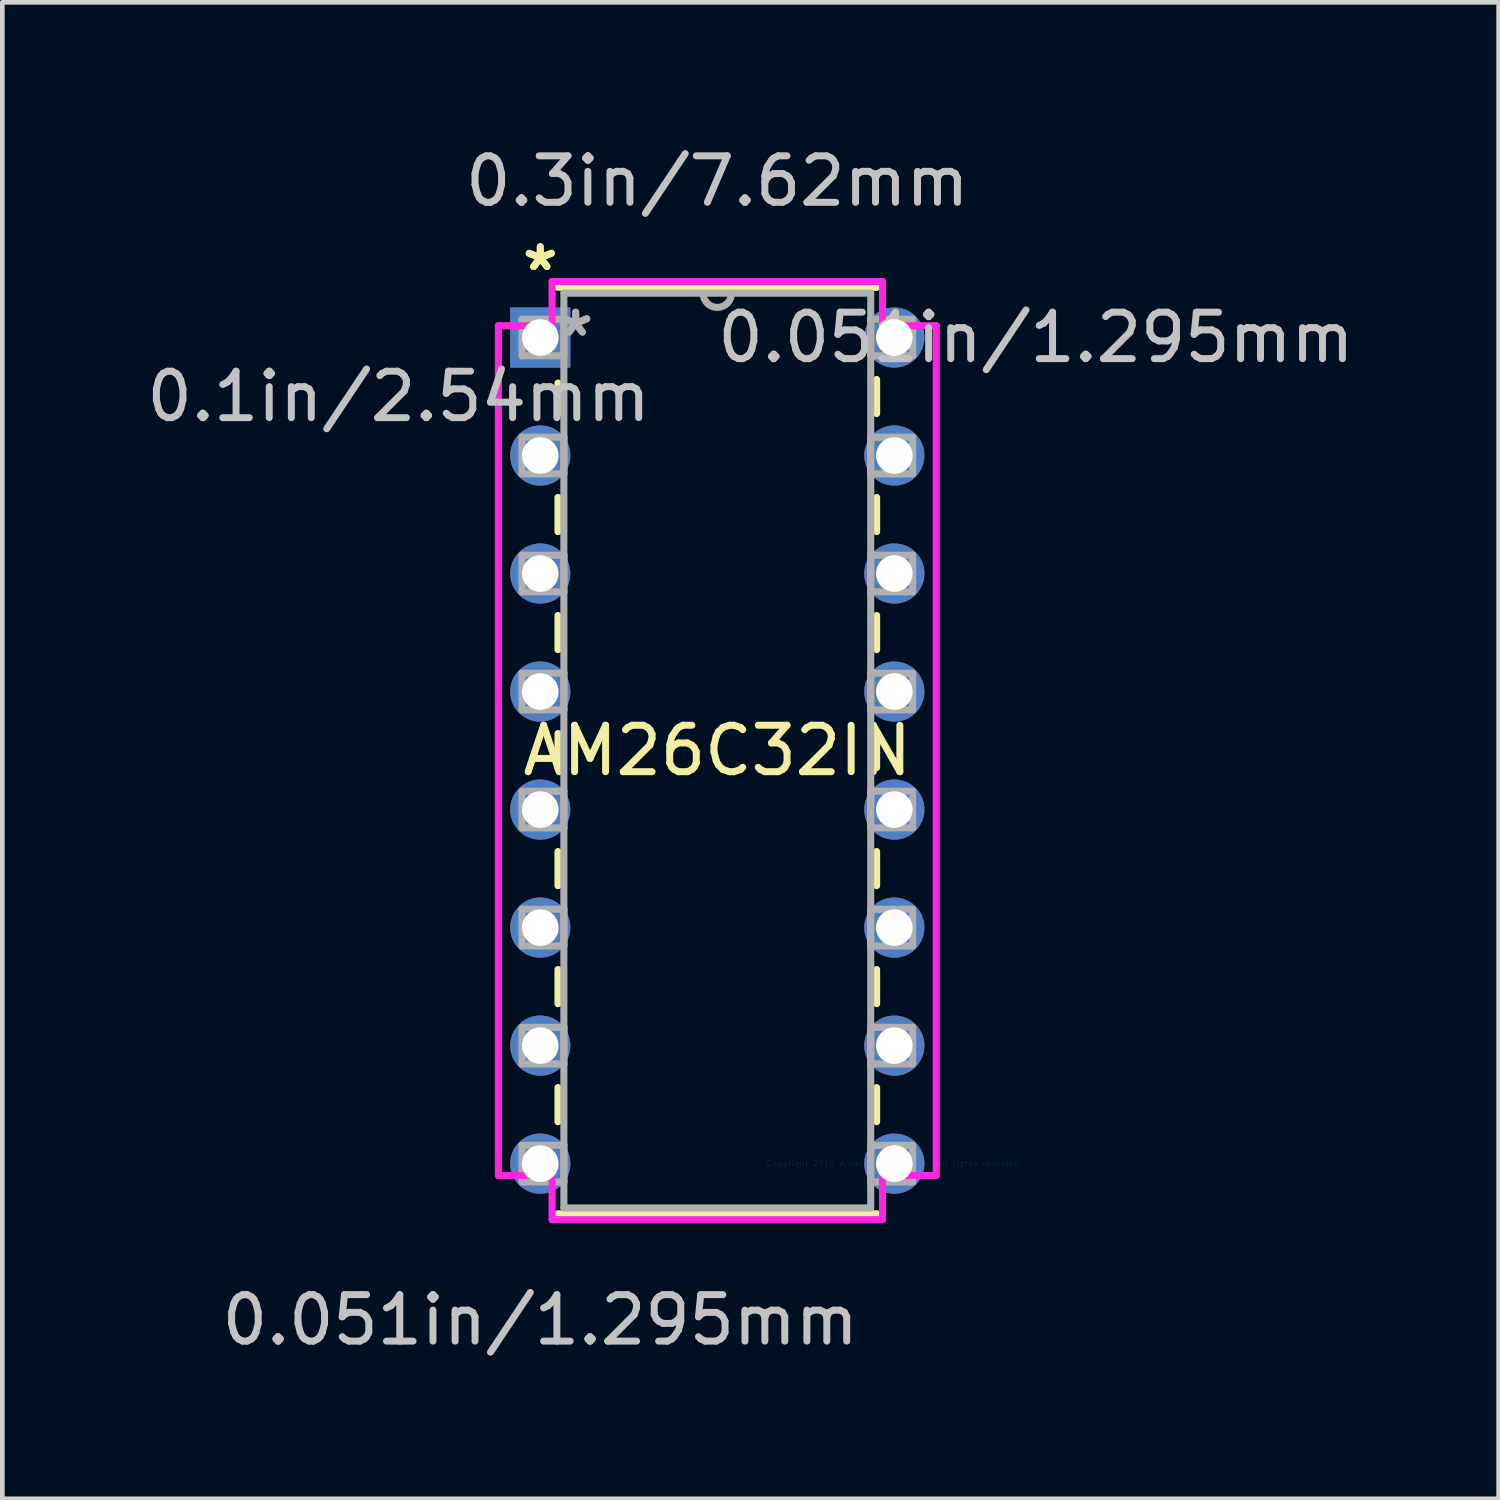
<source format=kicad_pcb>
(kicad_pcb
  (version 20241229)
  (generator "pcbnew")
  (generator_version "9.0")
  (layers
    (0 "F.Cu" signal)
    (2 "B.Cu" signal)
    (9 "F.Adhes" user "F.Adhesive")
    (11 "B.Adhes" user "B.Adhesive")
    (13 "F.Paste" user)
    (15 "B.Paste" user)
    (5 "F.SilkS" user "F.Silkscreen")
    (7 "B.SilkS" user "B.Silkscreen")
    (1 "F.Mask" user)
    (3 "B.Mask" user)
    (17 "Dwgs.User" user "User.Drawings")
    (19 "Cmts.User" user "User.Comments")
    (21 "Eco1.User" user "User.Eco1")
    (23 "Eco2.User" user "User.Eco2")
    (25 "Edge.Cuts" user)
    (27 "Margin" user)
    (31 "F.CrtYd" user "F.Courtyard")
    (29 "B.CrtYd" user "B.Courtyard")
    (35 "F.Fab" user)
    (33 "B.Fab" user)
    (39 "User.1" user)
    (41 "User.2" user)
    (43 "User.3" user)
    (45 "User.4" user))
  (footprint "AM26C32IN"
    (layer "F.Cu")
    (at 16.198 21.994)
    (property "Reference" "AM26C32IN" (at -3.81 -8.89 0) (layer "F.SilkS") (effects (font (size 1 1) (thickness 0.15))))
    (attr through_hole)
    (fp_line (start -7.239 -16.8) (end -7.239 -16.143) (stroke (width 0.152) (type solid)) (layer "F.SilkS"))
    (fp_line (start -7.239 -14.337) (end -7.239 -13.603) (stroke (width 0.152) (type solid)) (layer "F.SilkS"))
    (fp_line (start -7.239 -11.797) (end -7.239 -11.063) (stroke (width 0.152) (type solid)) (layer "F.SilkS"))
    (fp_line (start -7.239 -9.257) (end -7.239 -8.523) (stroke (width 0.152) (type solid)) (layer "F.SilkS"))
    (fp_line (start -7.239 -6.717) (end -7.239 -5.983) (stroke (width 0.152) (type solid)) (layer "F.SilkS"))
    (fp_line (start -7.239 -4.177) (end -7.239 -3.443) (stroke (width 0.152) (type solid)) (layer "F.SilkS"))
    (fp_line (start -7.239 -1.637) (end -7.239 -0.903) (stroke (width 0.152) (type solid)) (layer "F.SilkS"))
    (fp_line (start -7.239 1.079) (end -0.381 1.079) (stroke (width 0.152) (type solid)) (layer "F.SilkS"))
    (fp_line (start -0.381 -18.86) (end -7.239 -18.86) (stroke (width 0.152) (type solid)) (layer "F.SilkS"))
    (fp_line (start -0.381 -16.143) (end -0.381 -16.877) (stroke (width 0.152) (type solid)) (layer "F.SilkS"))
    (fp_line (start -0.381 -13.603) (end -0.381 -14.337) (stroke (width 0.152) (type solid)) (layer "F.SilkS"))
    (fp_line (start -0.381 -11.063) (end -0.381 -11.797) (stroke (width 0.152) (type solid)) (layer "F.SilkS"))
    (fp_line (start -0.381 -8.523) (end -0.381 -9.257) (stroke (width 0.152) (type solid)) (layer "F.SilkS"))
    (fp_line (start -0.381 -5.983) (end -0.381 -6.717) (stroke (width 0.152) (type solid)) (layer "F.SilkS"))
    (fp_line (start -0.381 -3.443) (end -0.381 -4.177) (stroke (width 0.152) (type solid)) (layer "F.SilkS"))
    (fp_line (start -0.381 -0.903) (end -0.381 -1.637) (stroke (width 0.152) (type solid)) (layer "F.SilkS"))
    (fp_line (start -8.522 -18.034) (end -8.522 0.254) (stroke (width 0.152) (type solid)) (layer "F.CrtYd"))
    (fp_line (start -8.522 0.254) (end -7.366 0.254) (stroke (width 0.152) (type solid)) (layer "F.CrtYd"))
    (fp_line (start -7.366 -18.986) (end -7.366 -18.034) (stroke (width 0.152) (type solid)) (layer "F.CrtYd"))
    (fp_line (start -7.366 -18.034) (end -8.522 -18.034) (stroke (width 0.152) (type solid)) (layer "F.CrtYd"))
    (fp_line (start -7.366 0.254) (end -7.366 1.206) (stroke (width 0.152) (type solid)) (layer "F.CrtYd"))
    (fp_line (start -7.366 1.206) (end -0.254 1.206) (stroke (width 0.152) (type solid)) (layer "F.CrtYd"))
    (fp_line (start -0.254 -18.986) (end -7.366 -18.986) (stroke (width 0.152) (type solid)) (layer "F.CrtYd"))
    (fp_line (start -0.254 -18.034) (end -0.254 -18.986) (stroke (width 0.152) (type solid)) (layer "F.CrtYd"))
    (fp_line (start -0.254 0.254) (end 0.902 0.254) (stroke (width 0.152) (type solid)) (layer "F.CrtYd"))
    (fp_line (start -0.254 1.206) (end -0.254 0.254) (stroke (width 0.152) (type solid)) (layer "F.CrtYd"))
    (fp_line (start 0.902 -18.034) (end -0.254 -18.034) (stroke (width 0.152) (type solid)) (layer "F.CrtYd"))
    (fp_line (start 0.902 0.254) (end 0.902 -18.034) (stroke (width 0.152) (type solid)) (layer "F.CrtYd"))
    (fp_line (start -8.014 -18.174) (end -8.014 -17.386) (stroke (width 0.152) (type solid)) (layer "F.Fab"))
    (fp_line (start -8.014 -17.386) (end -7.112 -17.386) (stroke (width 0.152) (type solid)) (layer "F.Fab"))
    (fp_line (start -8.014 -15.634) (end -8.014 -14.846) (stroke (width 0.152) (type solid)) (layer "F.Fab"))
    (fp_line (start -8.014 -14.846) (end -7.112 -14.846) (stroke (width 0.152) (type solid)) (layer "F.Fab"))
    (fp_line (start -8.014 -13.094) (end -8.014 -12.306) (stroke (width 0.152) (type solid)) (layer "F.Fab"))
    (fp_line (start -8.014 -12.306) (end -7.112 -12.306) (stroke (width 0.152) (type solid)) (layer "F.Fab"))
    (fp_line (start -8.014 -10.554) (end -8.014 -9.766) (stroke (width 0.152) (type solid)) (layer "F.Fab"))
    (fp_line (start -8.014 -9.766) (end -7.112 -9.766) (stroke (width 0.152) (type solid)) (layer "F.Fab"))
    (fp_line (start -8.014 -8.014) (end -8.014 -7.226) (stroke (width 0.152) (type solid)) (layer "F.Fab"))
    (fp_line (start -8.014 -7.226) (end -7.112 -7.226) (stroke (width 0.152) (type solid)) (layer "F.Fab"))
    (fp_line (start -8.014 -5.474) (end -8.014 -4.686) (stroke (width 0.152) (type solid)) (layer "F.Fab"))
    (fp_line (start -8.014 -4.686) (end -7.112 -4.686) (stroke (width 0.152) (type solid)) (layer "F.Fab"))
    (fp_line (start -8.014 -2.934) (end -8.014 -2.146) (stroke (width 0.152) (type solid)) (layer "F.Fab"))
    (fp_line (start -8.014 -2.146) (end -7.112 -2.146) (stroke (width 0.152) (type solid)) (layer "F.Fab"))
    (fp_line (start -8.014 -0.394) (end -8.014 0.394) (stroke (width 0.152) (type solid)) (layer "F.Fab"))
    (fp_line (start -8.014 0.394) (end -7.112 0.394) (stroke (width 0.152) (type solid)) (layer "F.Fab"))
    (fp_line (start -7.112 -18.733) (end -7.112 0.953) (stroke (width 0.152) (type solid)) (layer "F.Fab"))
    (fp_line (start -7.112 -18.174) (end -8.014 -18.174) (stroke (width 0.152) (type solid)) (layer "F.Fab"))
    (fp_line (start -7.112 -17.386) (end -7.112 -18.174) (stroke (width 0.152) (type solid)) (layer "F.Fab"))
    (fp_line (start -7.112 -15.634) (end -8.014 -15.634) (stroke (width 0.152) (type solid)) (layer "F.Fab"))
    (fp_line (start -7.112 -14.846) (end -7.112 -15.634) (stroke (width 0.152) (type solid)) (layer "F.Fab"))
    (fp_line (start -7.112 -13.094) (end -8.014 -13.094) (stroke (width 0.152) (type solid)) (layer "F.Fab"))
    (fp_line (start -7.112 -12.306) (end -7.112 -13.094) (stroke (width 0.152) (type solid)) (layer "F.Fab"))
    (fp_line (start -7.112 -10.554) (end -8.014 -10.554) (stroke (width 0.152) (type solid)) (layer "F.Fab"))
    (fp_line (start -7.112 -9.766) (end -7.112 -10.554) (stroke (width 0.152) (type solid)) (layer "F.Fab"))
    (fp_line (start -7.112 -8.014) (end -8.014 -8.014) (stroke (width 0.152) (type solid)) (layer "F.Fab"))
    (fp_line (start -7.112 -7.226) (end -7.112 -8.014) (stroke (width 0.152) (type solid)) (layer "F.Fab"))
    (fp_line (start -7.112 -5.474) (end -8.014 -5.474) (stroke (width 0.152) (type solid)) (layer "F.Fab"))
    (fp_line (start -7.112 -4.686) (end -7.112 -5.474) (stroke (width 0.152) (type solid)) (layer "F.Fab"))
    (fp_line (start -7.112 -2.934) (end -8.014 -2.934) (stroke (width 0.152) (type solid)) (layer "F.Fab"))
    (fp_line (start -7.112 -2.146) (end -7.112 -2.934) (stroke (width 0.152) (type solid)) (layer "F.Fab"))
    (fp_line (start -7.112 -0.394) (end -8.014 -0.394) (stroke (width 0.152) (type solid)) (layer "F.Fab"))
    (fp_line (start -7.112 0.394) (end -7.112 -0.394) (stroke (width 0.152) (type solid)) (layer "F.Fab"))
    (fp_line (start -7.112 0.953) (end -0.508 0.953) (stroke (width 0.152) (type solid)) (layer "F.Fab"))
    (fp_line (start -0.508 -18.733) (end -7.112 -18.733) (stroke (width 0.152) (type solid)) (layer "F.Fab"))
    (fp_line (start -0.508 -18.174) (end -0.508 -17.386) (stroke (width 0.152) (type solid)) (layer "F.Fab"))
    (fp_line (start -0.508 -17.386) (end 0.394 -17.386) (stroke (width 0.152) (type solid)) (layer "F.Fab"))
    (fp_line (start -0.508 -15.634) (end -0.508 -14.846) (stroke (width 0.152) (type solid)) (layer "F.Fab"))
    (fp_line (start -0.508 -14.846) (end 0.394 -14.846) (stroke (width 0.152) (type solid)) (layer "F.Fab"))
    (fp_line (start -0.508 -13.094) (end -0.508 -12.306) (stroke (width 0.152) (type solid)) (layer "F.Fab"))
    (fp_line (start -0.508 -12.306) (end 0.394 -12.306) (stroke (width 0.152) (type solid)) (layer "F.Fab"))
    (fp_line (start -0.508 -10.554) (end -0.508 -9.766) (stroke (width 0.152) (type solid)) (layer "F.Fab"))
    (fp_line (start -0.508 -9.766) (end 0.394 -9.766) (stroke (width 0.152) (type solid)) (layer "F.Fab"))
    (fp_line (start -0.508 -8.014) (end -0.508 -7.226) (stroke (width 0.152) (type solid)) (layer "F.Fab"))
    (fp_line (start -0.508 -7.226) (end 0.394 -7.226) (stroke (width 0.152) (type solid)) (layer "F.Fab"))
    (fp_line (start -0.508 -5.474) (end -0.508 -4.686) (stroke (width 0.152) (type solid)) (layer "F.Fab"))
    (fp_line (start -0.508 -4.686) (end 0.394 -4.686) (stroke (width 0.152) (type solid)) (layer "F.Fab"))
    (fp_line (start -0.508 -2.934) (end -0.508 -2.146) (stroke (width 0.152) (type solid)) (layer "F.Fab"))
    (fp_line (start -0.508 -2.146) (end 0.394 -2.146) (stroke (width 0.152) (type solid)) (layer "F.Fab"))
    (fp_line (start -0.508 -0.394) (end -0.508 0.394) (stroke (width 0.152) (type solid)) (layer "F.Fab"))
    (fp_line (start -0.508 0.394) (end 0.394 0.394) (stroke (width 0.152) (type solid)) (layer "F.Fab"))
    (fp_line (start -0.508 0.953) (end -0.508 -18.733) (stroke (width 0.152) (type solid)) (layer "F.Fab"))
    (fp_line (start 0.394 -18.174) (end -0.508 -18.174) (stroke (width 0.152) (type solid)) (layer "F.Fab"))
    (fp_line (start 0.394 -17.386) (end 0.394 -18.174) (stroke (width 0.152) (type solid)) (layer "F.Fab"))
    (fp_line (start 0.394 -15.634) (end -0.508 -15.634) (stroke (width 0.152) (type solid)) (layer "F.Fab"))
    (fp_line (start 0.394 -14.846) (end 0.394 -15.634) (stroke (width 0.152) (type solid)) (layer "F.Fab"))
    (fp_line (start 0.394 -13.094) (end -0.508 -13.094) (stroke (width 0.152) (type solid)) (layer "F.Fab"))
    (fp_line (start 0.394 -12.306) (end 0.394 -13.094) (stroke (width 0.152) (type solid)) (layer "F.Fab"))
    (fp_line (start 0.394 -10.554) (end -0.508 -10.554) (stroke (width 0.152) (type solid)) (layer "F.Fab"))
    (fp_line (start 0.394 -9.766) (end 0.394 -10.554) (stroke (width 0.152) (type solid)) (layer "F.Fab"))
    (fp_line (start 0.394 -8.014) (end -0.508 -8.014) (stroke (width 0.152) (type solid)) (layer "F.Fab"))
    (fp_line (start 0.394 -7.226) (end 0.394 -8.014) (stroke (width 0.152) (type solid)) (layer "F.Fab"))
    (fp_line (start 0.394 -5.474) (end -0.508 -5.474) (stroke (width 0.152) (type solid)) (layer "F.Fab"))
    (fp_line (start 0.394 -4.686) (end 0.394 -5.474) (stroke (width 0.152) (type solid)) (layer "F.Fab"))
    (fp_line (start 0.394 -2.934) (end -0.508 -2.934) (stroke (width 0.152) (type solid)) (layer "F.Fab"))
    (fp_line (start 0.394 -2.146) (end 0.394 -2.934) (stroke (width 0.152) (type solid)) (layer "F.Fab"))
    (fp_line (start 0.394 -0.394) (end -0.508 -0.394) (stroke (width 0.152) (type solid)) (layer "F.Fab"))
    (fp_line (start 0.394 0.394) (end 0.394 -0.394) (stroke (width 0.152) (type solid)) (layer "F.Fab"))
    (fp_arc (start -3.5052 -18.7325) (mid -3.81 -18.4277) (end -4.1148 -18.7325) (stroke (width 0.1524) (type solid)) (layer "F.Fab"))
    (fp_text user "*" (at -7.62 -19.19 0) (layer "F.SilkS") (effects (font (size 1 1) (thickness 0.15))))
    (fp_text user "*" (at -7.62 -19.19 0) (layer "F.SilkS") (effects (font (size 1 1) (thickness 0.15))))
    (fp_text user "0.3in/7.62mm" (at -3.81 -21.145 0) (layer "Dwgs.User") (effects (font (size 1 1) (thickness 0.15))))
    (fp_text user "0.051in/1.295mm" (at 3.048 -17.78 0) (layer "Dwgs.User") (effects (font (size 1 1) (thickness 0.15))))
    (fp_text user "0.051in/1.295mm" (at -7.62 3.365 0) (layer "Dwgs.User") (effects (font (size 1 1) (thickness 0.15))))
    (fp_text user "0.1in/2.54mm" (at -10.668 -16.51 0) (layer "Dwgs.User") (effects (font (size 1 1) (thickness 0.15))))
    (fp_text user "Copyright 2016 Accelerated Designs. All rights reserved." (at 0 0 0) (layer "Cmts.User") (effects (font (size 0.127 0.127) (thickness 0.002))))
    (fp_text user "*" (at -6.858 -17.78 0) (layer "F.Fab") (effects (font (size 1 1) (thickness 0.15))))
    (fp_text user "*" (at -6.858 -17.78 0) (layer "F.Fab") (effects (font (size 1 1) (thickness 0.15))))
    (pad "1" thru_hole rect (at -7.62 -17.78) (size 1.295 1.295) (drill 0.787) (layers "*.Cu" "*.Mask"))
    (pad "2" thru_hole circle (at -7.62 -15.24) (size 1.295 1.295) (drill 0.787) (layers "*.Cu" "*.Mask"))
    (pad "3" thru_hole circle (at -7.62 -12.7) (size 1.295 1.295) (drill 0.787) (layers "*.Cu" "*.Mask"))
    (pad "4" thru_hole circle (at -7.62 -10.16) (size 1.295 1.295) (drill 0.787) (layers "*.Cu" "*.Mask"))
    (pad "5" thru_hole circle (at -7.62 -7.62) (size 1.295 1.295) (drill 0.787) (layers "*.Cu" "*.Mask"))
    (pad "6" thru_hole circle (at -7.62 -5.08) (size 1.295 1.295) (drill 0.787) (layers "*.Cu" "*.Mask"))
    (pad "7" thru_hole circle (at -7.62 -2.54) (size 1.295 1.295) (drill 0.787) (layers "*.Cu" "*.Mask"))
    (pad "8" thru_hole circle (at -7.62 0) (size 1.295 1.295) (drill 0.787) (layers "*.Cu" "*.Mask"))
    (pad "9" thru_hole circle (at 0 0) (size 1.295 1.295) (drill 0.787) (layers "*.Cu" "*.Mask"))
    (pad "10" thru_hole circle (at 0 -2.54) (size 1.295 1.295) (drill 0.787) (layers "*.Cu" "*.Mask"))
    (pad "11" thru_hole circle (at 0 -5.08) (size 1.295 1.295) (drill 0.787) (layers "*.Cu" "*.Mask"))
    (pad "12" thru_hole circle (at 0 -7.62) (size 1.295 1.295) (drill 0.787) (layers "*.Cu" "*.Mask"))
    (pad "13" thru_hole circle (at 0 -10.16) (size 1.295 1.295) (drill 0.787) (layers "*.Cu" "*.Mask"))
    (pad "14" thru_hole circle (at 0 -12.7) (size 1.295 1.295) (drill 0.787) (layers "*.Cu" "*.Mask"))
    (pad "15" thru_hole circle (at 0 -15.24) (size 1.295 1.295) (drill 0.787) (layers "*.Cu" "*.Mask"))
    (pad "16" thru_hole circle (at 0 -17.78) (size 1.295 1.295) (drill 0.787) (layers "*.Cu" "*.Mask")))
  (gr_rect
    (start -3 -3)
    (end 29.204 29.207)
    (stroke (width 0.1) (type default))
    (fill no)
    (layer "Edge.Cuts")))
</source>
